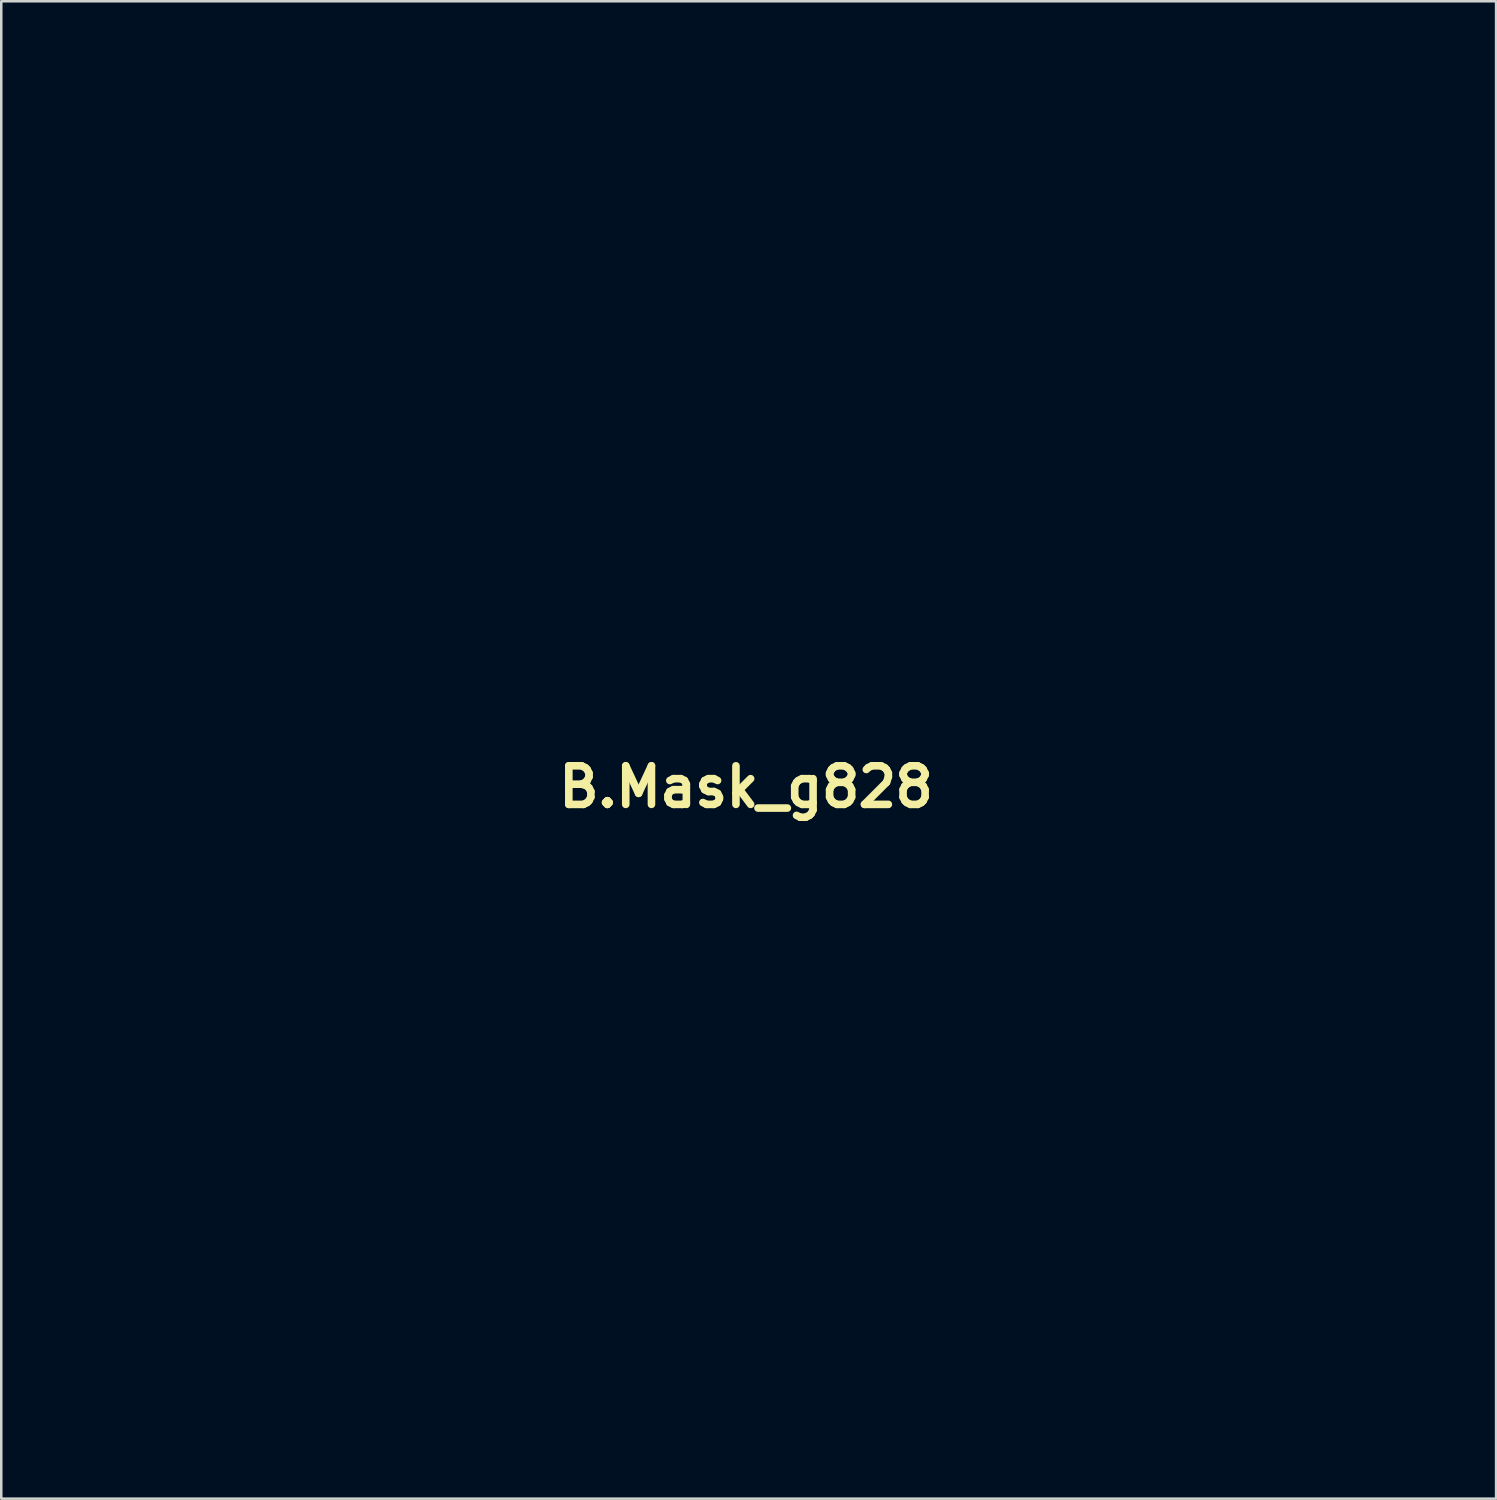
<source format=kicad_pcb>
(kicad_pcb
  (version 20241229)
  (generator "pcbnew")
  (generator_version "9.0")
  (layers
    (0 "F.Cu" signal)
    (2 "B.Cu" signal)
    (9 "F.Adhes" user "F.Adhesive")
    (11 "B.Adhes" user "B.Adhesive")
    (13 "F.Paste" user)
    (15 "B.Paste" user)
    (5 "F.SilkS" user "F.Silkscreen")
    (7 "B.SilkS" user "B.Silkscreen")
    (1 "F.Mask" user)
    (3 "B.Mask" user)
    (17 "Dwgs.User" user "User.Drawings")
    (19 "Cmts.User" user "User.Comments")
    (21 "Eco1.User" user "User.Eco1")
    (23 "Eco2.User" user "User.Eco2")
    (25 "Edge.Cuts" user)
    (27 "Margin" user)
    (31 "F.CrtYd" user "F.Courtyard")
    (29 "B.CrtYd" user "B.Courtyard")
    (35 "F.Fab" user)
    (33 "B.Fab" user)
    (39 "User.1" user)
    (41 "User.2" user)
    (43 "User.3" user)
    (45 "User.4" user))
  (footprint "B.Mask_g828"
    (layer "F.Cu")
    (at 26.431 28.047)
    (property "Reference" "B.Mask_g828" (at 0 0 0) (layer "F.SilkS") (effects (font (size 1.524 1.524) (thickness 0.3))))
    (attr through_hole)
    (fp_poly (pts (xy 15.44 21.16) (xy 15.586 21.169) (xy 15.705 21.185) (xy 15.748 21.195) (xy 15.949 21.265) (xy 16.118 21.361) (xy 16.254 21.482) (xy 16.356 21.626) (xy 16.378 21.67) (xy 16.421 21.803) (xy 16.443 21.958) (xy 16.443 22.121) (xy 16.419 22.277) (xy 16.416 22.289) (xy 16.345 22.495) (xy 16.234 22.709) (xy 16.089 22.928) (xy 15.91 23.149) (xy 15.701 23.371) (xy 15.465 23.591) (xy 15.205 23.806) (xy 14.922 24.014) (xy 14.621 24.213) (xy 14.304 24.399) (xy 13.972 24.572) (xy 13.642 24.723) (xy 13.36 24.834) (xy 13.076 24.928) (xy 12.794 25.005) (xy 12.52 25.063) (xy 12.261 25.102) (xy 12.022 25.12) (xy 11.809 25.116) (xy 11.702 25.104) (xy 11.49 25.053) (xy 11.307 24.974) (xy 11.153 24.869) (xy 11.031 24.741) (xy 10.943 24.59) (xy 10.89 24.42) (xy 10.874 24.233) (xy 10.882 24.125) (xy 10.925 23.919) (xy 11.006 23.709) (xy 11.126 23.493) (xy 11.285 23.27) (xy 11.484 23.04) (xy 11.608 22.912) (xy 11.918 22.628) (xy 12.259 22.358) (xy 12.626 22.107) (xy 13.011 21.877) (xy 13.41 21.672) (xy 13.815 21.495) (xy 14.221 21.349) (xy 14.621 21.238) (xy 14.827 21.195) (xy 14.963 21.175) (xy 15.118 21.163) (xy 15.281 21.158) (xy 15.44 21.16)) (stroke (width 0.01) (type solid)) (fill yes) (layer "B.Mask"))
    (fp_poly (pts (xy 23.935 -12.633) (xy 23.958 -12.633) (xy 24.395 -12.625) (xy 24.58 -12.548) (xy 24.812 -12.434) (xy 25.028 -12.292) (xy 25.229 -12.12) (xy 25.418 -11.916) (xy 25.593 -11.679) (xy 25.757 -11.407) (xy 25.91 -11.101) (xy 26.052 -10.757) (xy 26.185 -10.375) (xy 26.31 -9.953) (xy 26.372 -9.719) (xy 26.447 -9.412) (xy 26.507 -9.139) (xy 26.555 -8.894) (xy 26.591 -8.669) (xy 26.616 -8.458) (xy 26.63 -8.256) (xy 26.635 -8.057) (xy 26.635 -8.022) (xy 26.629 -7.799) (xy 26.611 -7.611) (xy 26.578 -7.449) (xy 26.528 -7.309) (xy 26.46 -7.183) (xy 26.37 -7.064) (xy 26.326 -7.014) (xy 26.186 -6.879) (xy 26.022 -6.745) (xy 25.845 -6.62) (xy 25.667 -6.512) (xy 25.498 -6.427) (xy 25.426 -6.398) (xy 25.296 -6.363) (xy 25.141 -6.341) (xy 24.977 -6.334) (xy 24.819 -6.342) (xy 24.704 -6.36) (xy 24.38 -6.455) (xy 24.072 -6.588) (xy 23.781 -6.756) (xy 23.511 -6.957) (xy 23.267 -7.189) (xy 23.05 -7.447) (xy 22.865 -7.73) (xy 22.763 -7.925) (xy 22.689 -8.102) (xy 22.616 -8.317) (xy 22.544 -8.561) (xy 22.476 -8.83) (xy 22.413 -9.118) (xy 22.355 -9.419) (xy 22.304 -9.726) (xy 22.26 -10.035) (xy 22.226 -10.338) (xy 22.202 -10.63) (xy 22.19 -10.869) (xy 22.186 -11.039) (xy 22.186 -11.176) (xy 22.193 -11.29) (xy 22.209 -11.389) (xy 22.235 -11.483) (xy 22.273 -11.582) (xy 22.324 -11.694) (xy 22.363 -11.774) (xy 22.461 -11.959) (xy 22.555 -12.11) (xy 22.65 -12.233) (xy 22.752 -12.334) (xy 22.868 -12.419) (xy 23.003 -12.495) (xy 23.05 -12.518) (xy 23.141 -12.557) (xy 23.232 -12.587) (xy 23.33 -12.609) (xy 23.443 -12.623) (xy 23.577 -12.632) (xy 23.739 -12.635) (xy 23.935 -12.633)) (stroke (width 0.01) (type solid)) (fill yes) (layer "B.Mask"))
    (fp_poly (pts (xy 14.884 -25.187) (xy 15.015 -25.18) (xy 15.107 -25.169) (xy 15.354 -25.112) (xy 15.603 -25.025) (xy 15.857 -24.906) (xy 16.116 -24.755) (xy 16.384 -24.569) (xy 16.663 -24.347) (xy 16.954 -24.088) (xy 17.152 -23.898) (xy 17.482 -23.565) (xy 17.774 -23.248) (xy 18.03 -22.948) (xy 18.248 -22.665) (xy 18.428 -22.399) (xy 18.571 -22.151) (xy 18.676 -21.92) (xy 18.744 -21.708) (xy 18.773 -21.513) (xy 18.775 -21.463) (xy 18.761 -21.313) (xy 18.721 -21.141) (xy 18.66 -20.956) (xy 18.581 -20.766) (xy 18.488 -20.58) (xy 18.385 -20.407) (xy 18.275 -20.255) (xy 18.19 -20.159) (xy 18.042 -20.037) (xy 17.86 -19.933) (xy 17.65 -19.849) (xy 17.418 -19.786) (xy 17.168 -19.745) (xy 16.906 -19.728) (xy 16.638 -19.735) (xy 16.416 -19.761) (xy 16.121 -19.821) (xy 15.843 -19.908) (xy 15.578 -20.024) (xy 15.322 -20.171) (xy 15.071 -20.352) (xy 14.821 -20.57) (xy 14.568 -20.826) (xy 14.497 -20.904) (xy 14.29 -21.139) (xy 14.09 -21.378) (xy 13.9 -21.616) (xy 13.72 -21.851) (xy 13.555 -22.077) (xy 13.406 -22.293) (xy 13.276 -22.495) (xy 13.167 -22.678) (xy 13.082 -22.84) (xy 13.023 -22.978) (xy 13.003 -23.04) (xy 12.987 -23.123) (xy 12.974 -23.238) (xy 12.965 -23.373) (xy 12.959 -23.516) (xy 12.958 -23.657) (xy 12.962 -23.784) (xy 12.97 -23.887) (xy 12.974 -23.911) (xy 13.022 -24.089) (xy 13.103 -24.267) (xy 13.209 -24.434) (xy 13.334 -24.578) (xy 13.424 -24.656) (xy 13.493 -24.703) (xy 13.59 -24.764) (xy 13.707 -24.833) (xy 13.834 -24.906) (xy 13.961 -24.976) (xy 14.081 -25.04) (xy 14.184 -25.092) (xy 14.261 -25.127) (xy 14.266 -25.129) (xy 14.349 -25.151) (xy 14.463 -25.169) (xy 14.597 -25.181) (xy 14.741 -25.187) (xy 14.884 -25.187)) (stroke (width 0.01) (type solid)) (fill yes) (layer "B.Mask"))
    (fp_poly (pts (xy -11.314 -28.039) (xy -11.096 -28.02) (xy -10.912 -27.988) (xy -10.755 -27.94) (xy -10.617 -27.872) (xy -10.491 -27.784) (xy -10.433 -27.734) (xy -10.317 -27.615) (xy -10.2 -27.472) (xy -10.086 -27.315) (xy -9.982 -27.153) (xy -9.893 -26.993) (xy -9.825 -26.845) (xy -9.787 -26.733) (xy -9.755 -26.529) (xy -9.758 -26.309) (xy -9.794 -26.078) (xy -9.861 -25.841) (xy -9.957 -25.601) (xy -10.079 -25.365) (xy -10.226 -25.135) (xy -10.395 -24.917) (xy -10.585 -24.716) (xy -10.792 -24.535) (xy -10.824 -24.511) (xy -10.99 -24.395) (xy -11.169 -24.29) (xy -11.362 -24.195) (xy -11.573 -24.108) (xy -11.807 -24.03) (xy -12.066 -23.959) (xy -12.355 -23.893) (xy -12.676 -23.832) (xy -13.034 -23.774) (xy -13.271 -23.74) (xy -13.542 -23.706) (xy -13.8 -23.679) (xy -14.042 -23.659) (xy -14.264 -23.647) (xy -14.459 -23.643) (xy -14.624 -23.647) (xy -14.754 -23.659) (xy -14.787 -23.665) (xy -14.901 -23.697) (xy -15.039 -23.752) (xy -15.19 -23.823) (xy -15.345 -23.908) (xy -15.494 -24) (xy -15.553 -24.04) (xy -15.705 -24.171) (xy -15.836 -24.334) (xy -15.94 -24.52) (xy -16.013 -24.723) (xy -16.013 -24.724) (xy -16.024 -24.786) (xy -16.032 -24.883) (xy -16.038 -25.005) (xy -16.043 -25.143) (xy -16.045 -25.29) (xy -16.044 -25.436) (xy -16.042 -25.573) (xy -16.036 -25.693) (xy -16.029 -25.787) (xy -16.023 -25.826) (xy -15.981 -25.974) (xy -15.909 -26.137) (xy -15.812 -26.307) (xy -15.697 -26.475) (xy -15.568 -26.633) (xy -15.431 -26.772) (xy -15.381 -26.816) (xy -15.193 -26.963) (xy -14.991 -27.098) (xy -14.772 -27.222) (xy -14.531 -27.338) (xy -14.265 -27.448) (xy -13.969 -27.552) (xy -13.64 -27.653) (xy -13.275 -27.752) (xy -13.112 -27.793) (xy -12.713 -27.884) (xy -12.343 -27.955) (xy -12.004 -28.005) (xy -11.697 -28.034) (xy -11.424 -28.042) (xy -11.314 -28.039)) (stroke (width 0.01) (type solid)) (fill yes) (layer "B.Mask"))
    (fp_poly (pts (xy 0.26 10.969) (xy 0.439 10.974) (xy 0.617 10.981) (xy 0.785 10.991) (xy 0.933 11.002) (xy 1.048 11.016) (xy 1.282 11.052) (xy 1.541 11.099) (xy 1.814 11.154) (xy 2.093 11.214) (xy 2.37 11.278) (xy 2.634 11.344) (xy 2.877 11.41) (xy 3.09 11.473) (xy 3.153 11.493) (xy 3.335 11.571) (xy 3.521 11.685) (xy 3.703 11.827) (xy 3.875 11.993) (xy 4.029 12.175) (xy 4.16 12.369) (xy 4.178 12.4) (xy 4.255 12.576) (xy 4.302 12.776) (xy 4.318 12.994) (xy 4.306 13.225) (xy 4.264 13.462) (xy 4.193 13.7) (xy 4.094 13.933) (xy 4.091 13.938) (xy 3.945 14.195) (xy 3.776 14.42) (xy 3.583 14.615) (xy 3.364 14.781) (xy 3.116 14.919) (xy 2.838 15.032) (xy 2.526 15.12) (xy 2.341 15.158) (xy 2.232 15.173) (xy 2.088 15.186) (xy 1.916 15.197) (xy 1.723 15.205) (xy 1.517 15.21) (xy 1.304 15.213) (xy 1.091 15.212) (xy 0.886 15.209) (xy 0.696 15.202) (xy 0.528 15.193) (xy 0.455 15.187) (xy 0.007 15.138) (xy -0.4 15.08) (xy -0.766 15.012) (xy -1.093 14.933) (xy -1.381 14.845) (xy -1.63 14.746) (xy -1.841 14.637) (xy -2.014 14.517) (xy -2.066 14.472) (xy -2.167 14.369) (xy -2.256 14.252) (xy -2.334 14.116) (xy -2.404 13.956) (xy -2.47 13.765) (xy -2.534 13.539) (xy -2.542 13.507) (xy -2.58 13.335) (xy -2.599 13.183) (xy -2.598 13.037) (xy -2.579 12.881) (xy -2.561 12.785) (xy -2.512 12.608) (xy -2.44 12.438) (xy -2.343 12.269) (xy -2.215 12.096) (xy -2.053 11.911) (xy -2.039 11.896) (xy -1.783 11.653) (xy -1.505 11.444) (xy -1.209 11.27) (xy -0.897 11.132) (xy -0.573 11.034) (xy -0.3 10.983) (xy -0.201 10.975) (xy -0.069 10.97) (xy 0.087 10.968) (xy 0.26 10.969)) (stroke (width 0.01) (type solid)) (fill yes) (layer "B.Mask"))
    (fp_poly (pts (xy -24.12 -6.743) (xy -24.004 -6.72) (xy -23.985 -6.713) (xy -23.837 -6.642) (xy -23.673 -6.538) (xy -23.499 -6.403) (xy -23.32 -6.241) (xy -23.25 -6.173) (xy -23.046 -5.952) (xy -22.877 -5.735) (xy -22.736 -5.512) (xy -22.651 -5.348) (xy -22.606 -5.252) (xy -22.571 -5.17) (xy -22.543 -5.095) (xy -22.523 -5.021) (xy -22.509 -4.94) (xy -22.499 -4.846) (xy -22.492 -4.73) (xy -22.488 -4.587) (xy -22.484 -4.409) (xy -22.484 -4.396) (xy -22.482 -4.065) (xy -22.488 -3.762) (xy -22.505 -3.477) (xy -22.531 -3.203) (xy -22.57 -2.932) (xy -22.622 -2.654) (xy -22.689 -2.361) (xy -22.771 -2.045) (xy -22.852 -1.757) (xy -22.912 -1.56) (xy -22.971 -1.397) (xy -23.032 -1.259) (xy -23.098 -1.138) (xy -23.175 -1.025) (xy -23.223 -0.963) (xy -23.314 -0.859) (xy -23.423 -0.746) (xy -23.541 -0.636) (xy -23.656 -0.537) (xy -23.758 -0.461) (xy -23.767 -0.455) (xy -23.857 -0.412) (xy -23.981 -0.379) (xy -24.13 -0.356) (xy -24.297 -0.343) (xy -24.474 -0.342) (xy -24.653 -0.354) (xy -24.717 -0.361) (xy -24.93 -0.401) (xy -25.124 -0.463) (xy -25.307 -0.552) (xy -25.485 -0.672) (xy -25.666 -0.826) (xy -25.775 -0.933) (xy -25.934 -1.109) (xy -26.064 -1.284) (xy -26.169 -1.466) (xy -26.253 -1.663) (xy -26.32 -1.883) (xy -26.373 -2.134) (xy -26.388 -2.227) (xy -26.404 -2.361) (xy -26.415 -2.527) (xy -26.422 -2.719) (xy -26.426 -2.927) (xy -26.425 -3.144) (xy -26.419 -3.359) (xy -26.41 -3.566) (xy -26.397 -3.756) (xy -26.387 -3.852) (xy -26.339 -4.249) (xy -26.287 -4.606) (xy -26.23 -4.925) (xy -26.167 -5.209) (xy -26.096 -5.461) (xy -26.017 -5.683) (xy -25.929 -5.877) (xy -25.831 -6.046) (xy -25.721 -6.193) (xy -25.599 -6.318) (xy -25.464 -6.426) (xy -25.315 -6.519) (xy -25.262 -6.546) (xy -25.123 -6.605) (xy -24.962 -6.656) (xy -24.787 -6.697) (xy -24.607 -6.727) (xy -24.43 -6.746) (xy -24.265 -6.751) (xy -24.12 -6.743)) (stroke (width 0.01) (type solid)) (fill yes) (layer "B.Mask")))
  (gr_rect
    (start -3 -3)
    (end 56.071 56.172)
    (stroke (width 0.1) (type default))
    (fill no)
    (layer "Edge.Cuts")))
</source>
